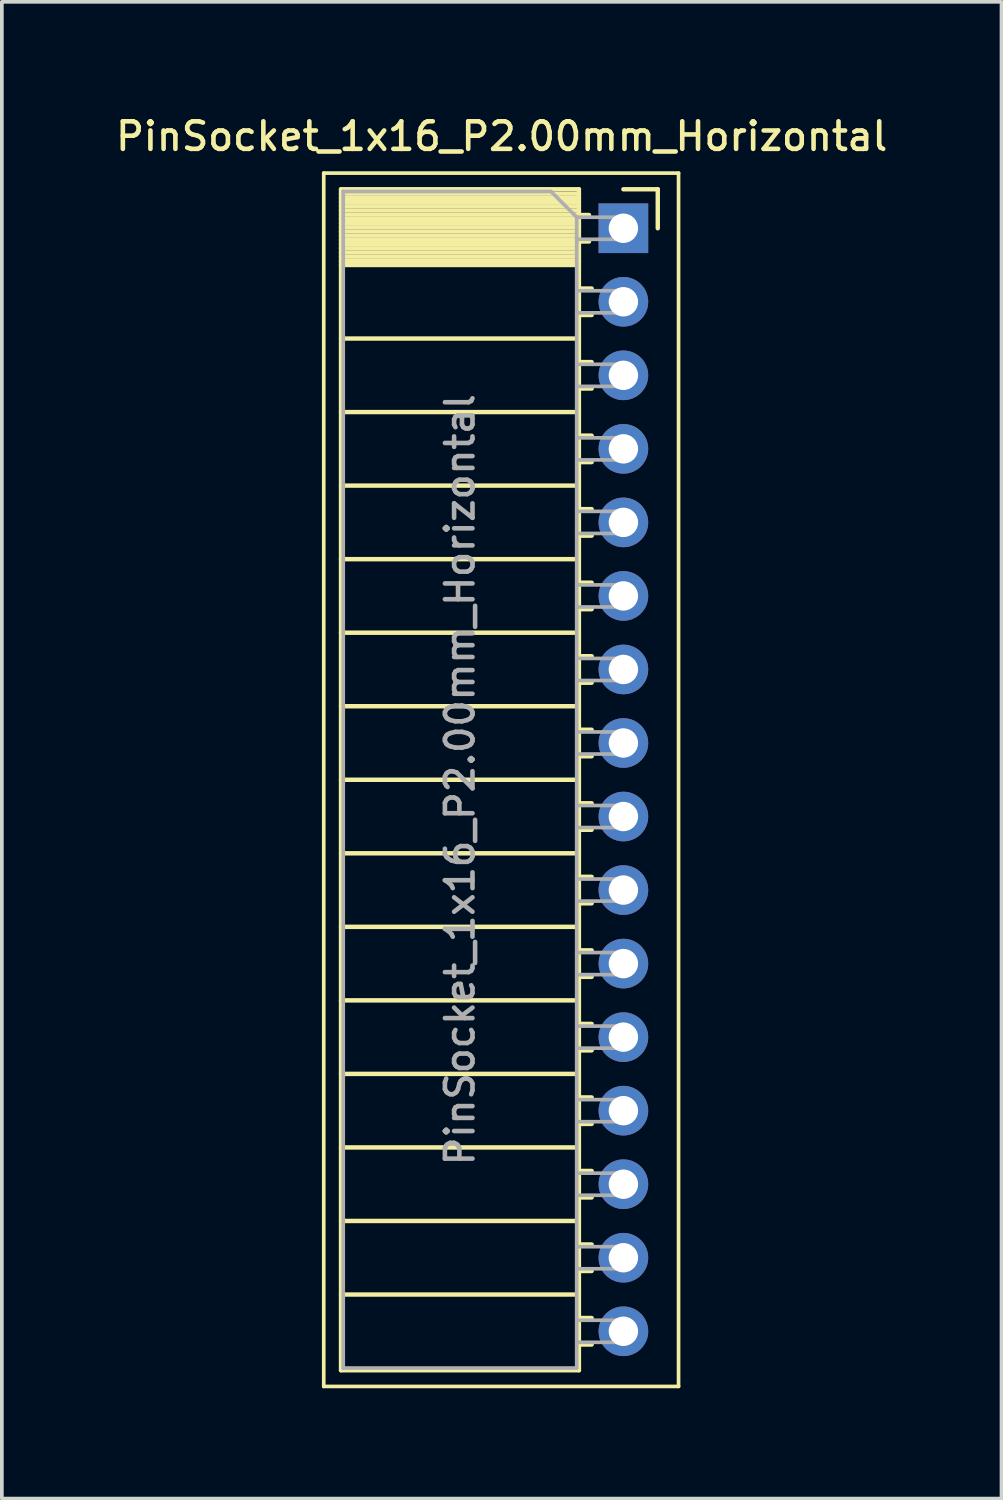
<source format=kicad_pcb>
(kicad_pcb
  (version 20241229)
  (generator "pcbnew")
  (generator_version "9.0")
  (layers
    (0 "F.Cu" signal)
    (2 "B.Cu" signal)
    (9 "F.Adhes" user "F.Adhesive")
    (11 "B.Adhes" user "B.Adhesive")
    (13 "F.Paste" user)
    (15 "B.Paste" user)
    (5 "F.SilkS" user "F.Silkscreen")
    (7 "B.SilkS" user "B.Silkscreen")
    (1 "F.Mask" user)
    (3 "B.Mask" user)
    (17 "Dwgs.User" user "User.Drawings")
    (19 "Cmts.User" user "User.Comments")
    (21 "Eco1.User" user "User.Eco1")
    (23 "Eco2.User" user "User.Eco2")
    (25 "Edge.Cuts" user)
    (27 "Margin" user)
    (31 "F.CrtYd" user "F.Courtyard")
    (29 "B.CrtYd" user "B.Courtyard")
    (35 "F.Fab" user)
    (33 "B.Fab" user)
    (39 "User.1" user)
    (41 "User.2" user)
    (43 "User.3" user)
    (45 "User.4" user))
  (footprint "PinSocket_1x16_P2.00mm_Horizontal"
    (layer "F.Cu")
    (at 13.905 3.158)
    (property "Reference" "PinSocket_1x16_P2.00mm_Horizontal" (at -3.31 -2.5 0) (layer "F.SilkS") (effects (font (size 0.75 0.75) (thickness 0.125))))
    (attr through_hole)
    (fp_line (start -8.15 -1.5) (end -8.15 31.5) (stroke (width 0.1) (type solid)) (layer "F.SilkS"))
    (fp_line (start -8.15 31.5) (end 1.5 31.5) (stroke (width 0.1) (type solid)) (layer "F.SilkS"))
    (fp_line (start -7.68 -1.06) (end -7.68 31.06) (stroke (width 0.12) (type solid)) (layer "F.SilkS"))
    (fp_line (start -7.68 -1.06) (end -1.21 -1.06) (stroke (width 0.12) (type solid)) (layer "F.SilkS"))
    (fp_line (start -7.68 -0.94) (end -1.21 -0.94) (stroke (width 0.12) (type solid)) (layer "F.SilkS"))
    (fp_line (start -7.68 -0.826) (end -1.21 -0.826) (stroke (width 0.12) (type solid)) (layer "F.SilkS"))
    (fp_line (start -7.68 -0.712) (end -1.21 -0.712) (stroke (width 0.12) (type solid)) (layer "F.SilkS"))
    (fp_line (start -7.68 -0.598) (end -1.21 -0.598) (stroke (width 0.12) (type solid)) (layer "F.SilkS"))
    (fp_line (start -7.68 -0.484) (end -1.21 -0.484) (stroke (width 0.12) (type solid)) (layer "F.SilkS"))
    (fp_line (start -7.68 -0.369) (end -1.21 -0.369) (stroke (width 0.12) (type solid)) (layer "F.SilkS"))
    (fp_line (start -7.68 -0.255) (end -1.21 -0.255) (stroke (width 0.12) (type solid)) (layer "F.SilkS"))
    (fp_line (start -7.68 -0.141) (end -1.21 -0.141) (stroke (width 0.12) (type solid)) (layer "F.SilkS"))
    (fp_line (start -7.68 -0.027) (end -1.21 -0.027) (stroke (width 0.12) (type solid)) (layer "F.SilkS"))
    (fp_line (start -7.68 0.087) (end -1.21 0.087) (stroke (width 0.12) (type solid)) (layer "F.SilkS"))
    (fp_line (start -7.68 0.201) (end -1.21 0.201) (stroke (width 0.12) (type solid)) (layer "F.SilkS"))
    (fp_line (start -7.68 0.315) (end -1.21 0.315) (stroke (width 0.12) (type solid)) (layer "F.SilkS"))
    (fp_line (start -7.68 0.429) (end -1.21 0.429) (stroke (width 0.12) (type solid)) (layer "F.SilkS"))
    (fp_line (start -7.68 0.544) (end -1.21 0.544) (stroke (width 0.12) (type solid)) (layer "F.SilkS"))
    (fp_line (start -7.68 0.658) (end -1.21 0.658) (stroke (width 0.12) (type solid)) (layer "F.SilkS"))
    (fp_line (start -7.68 0.772) (end -1.21 0.772) (stroke (width 0.12) (type solid)) (layer "F.SilkS"))
    (fp_line (start -7.68 0.886) (end -1.21 0.886) (stroke (width 0.12) (type solid)) (layer "F.SilkS"))
    (fp_line (start -7.68 1) (end -1.21 1) (stroke (width 0.12) (type solid)) (layer "F.SilkS"))
    (fp_line (start -7.68 3) (end -1.21 3) (stroke (width 0.12) (type solid)) (layer "F.SilkS"))
    (fp_line (start -7.68 5) (end -1.21 5) (stroke (width 0.12) (type solid)) (layer "F.SilkS"))
    (fp_line (start -7.68 7) (end -1.21 7) (stroke (width 0.12) (type solid)) (layer "F.SilkS"))
    (fp_line (start -7.68 9) (end -1.21 9) (stroke (width 0.12) (type solid)) (layer "F.SilkS"))
    (fp_line (start -7.68 11) (end -1.21 11) (stroke (width 0.12) (type solid)) (layer "F.SilkS"))
    (fp_line (start -7.68 13) (end -1.21 13) (stroke (width 0.12) (type solid)) (layer "F.SilkS"))
    (fp_line (start -7.68 15) (end -1.21 15) (stroke (width 0.12) (type solid)) (layer "F.SilkS"))
    (fp_line (start -7.68 17) (end -1.21 17) (stroke (width 0.12) (type solid)) (layer "F.SilkS"))
    (fp_line (start -7.68 19) (end -1.21 19) (stroke (width 0.12) (type solid)) (layer "F.SilkS"))
    (fp_line (start -7.68 21) (end -1.21 21) (stroke (width 0.12) (type solid)) (layer "F.SilkS"))
    (fp_line (start -7.68 23) (end -1.21 23) (stroke (width 0.12) (type solid)) (layer "F.SilkS"))
    (fp_line (start -7.68 25) (end -1.21 25) (stroke (width 0.12) (type solid)) (layer "F.SilkS"))
    (fp_line (start -7.68 27) (end -1.21 27) (stroke (width 0.12) (type solid)) (layer "F.SilkS"))
    (fp_line (start -7.68 29) (end -1.21 29) (stroke (width 0.12) (type solid)) (layer "F.SilkS"))
    (fp_line (start -7.68 31.06) (end -1.21 31.06) (stroke (width 0.12) (type solid)) (layer "F.SilkS"))
    (fp_line (start -1.21 -1.06) (end -1.21 31.06) (stroke (width 0.12) (type solid)) (layer "F.SilkS"))
    (fp_line (start -1.21 -0.36) (end -0.935 -0.36) (stroke (width 0.12) (type solid)) (layer "F.SilkS"))
    (fp_line (start -1.21 0.36) (end -0.935 0.36) (stroke (width 0.12) (type solid)) (layer "F.SilkS"))
    (fp_line (start -1.21 1.64) (end -0.863 1.64) (stroke (width 0.12) (type solid)) (layer "F.SilkS"))
    (fp_line (start -1.21 2.36) (end -0.863 2.36) (stroke (width 0.12) (type solid)) (layer "F.SilkS"))
    (fp_line (start -1.21 3.64) (end -0.863 3.64) (stroke (width 0.12) (type solid)) (layer "F.SilkS"))
    (fp_line (start -1.21 4.36) (end -0.863 4.36) (stroke (width 0.12) (type solid)) (layer "F.SilkS"))
    (fp_line (start -1.21 5.64) (end -0.863 5.64) (stroke (width 0.12) (type solid)) (layer "F.SilkS"))
    (fp_line (start -1.21 6.36) (end -0.863 6.36) (stroke (width 0.12) (type solid)) (layer "F.SilkS"))
    (fp_line (start -1.21 7.64) (end -0.863 7.64) (stroke (width 0.12) (type solid)) (layer "F.SilkS"))
    (fp_line (start -1.21 8.36) (end -0.863 8.36) (stroke (width 0.12) (type solid)) (layer "F.SilkS"))
    (fp_line (start -1.21 9.64) (end -0.863 9.64) (stroke (width 0.12) (type solid)) (layer "F.SilkS"))
    (fp_line (start -1.21 10.36) (end -0.863 10.36) (stroke (width 0.12) (type solid)) (layer "F.SilkS"))
    (fp_line (start -1.21 11.64) (end -0.863 11.64) (stroke (width 0.12) (type solid)) (layer "F.SilkS"))
    (fp_line (start -1.21 12.36) (end -0.863 12.36) (stroke (width 0.12) (type solid)) (layer "F.SilkS"))
    (fp_line (start -1.21 13.64) (end -0.863 13.64) (stroke (width 0.12) (type solid)) (layer "F.SilkS"))
    (fp_line (start -1.21 14.36) (end -0.863 14.36) (stroke (width 0.12) (type solid)) (layer "F.SilkS"))
    (fp_line (start -1.21 15.64) (end -0.863 15.64) (stroke (width 0.12) (type solid)) (layer "F.SilkS"))
    (fp_line (start -1.21 16.36) (end -0.863 16.36) (stroke (width 0.12) (type solid)) (layer "F.SilkS"))
    (fp_line (start -1.21 17.64) (end -0.863 17.64) (stroke (width 0.12) (type solid)) (layer "F.SilkS"))
    (fp_line (start -1.21 18.36) (end -0.863 18.36) (stroke (width 0.12) (type solid)) (layer "F.SilkS"))
    (fp_line (start -1.21 19.64) (end -0.863 19.64) (stroke (width 0.12) (type solid)) (layer "F.SilkS"))
    (fp_line (start -1.21 20.36) (end -0.863 20.36) (stroke (width 0.12) (type solid)) (layer "F.SilkS"))
    (fp_line (start -1.21 21.64) (end -0.863 21.64) (stroke (width 0.12) (type solid)) (layer "F.SilkS"))
    (fp_line (start -1.21 22.36) (end -0.863 22.36) (stroke (width 0.12) (type solid)) (layer "F.SilkS"))
    (fp_line (start -1.21 23.64) (end -0.863 23.64) (stroke (width 0.12) (type solid)) (layer "F.SilkS"))
    (fp_line (start -1.21 24.36) (end -0.863 24.36) (stroke (width 0.12) (type solid)) (layer "F.SilkS"))
    (fp_line (start -1.21 25.64) (end -0.863 25.64) (stroke (width 0.12) (type solid)) (layer "F.SilkS"))
    (fp_line (start -1.21 26.36) (end -0.863 26.36) (stroke (width 0.12) (type solid)) (layer "F.SilkS"))
    (fp_line (start -1.21 27.64) (end -0.863 27.64) (stroke (width 0.12) (type solid)) (layer "F.SilkS"))
    (fp_line (start -1.21 28.36) (end -0.863 28.36) (stroke (width 0.12) (type solid)) (layer "F.SilkS"))
    (fp_line (start -1.21 29.64) (end -0.863 29.64) (stroke (width 0.12) (type solid)) (layer "F.SilkS"))
    (fp_line (start -1.21 30.36) (end -0.863 30.36) (stroke (width 0.12) (type solid)) (layer "F.SilkS"))
    (fp_line (start 0 -1.06) (end 0.935 -1.06) (stroke (width 0.12) (type solid)) (layer "F.SilkS"))
    (fp_line (start 0.935 -1.06) (end 0.935 0) (stroke (width 0.12) (type solid)) (layer "F.SilkS"))
    (fp_line (start 1.5 -1.5) (end -8.15 -1.5) (stroke (width 0.1) (type solid)) (layer "F.SilkS"))
    (fp_line (start 1.5 31.5) (end 1.5 -1.5) (stroke (width 0.1) (type solid)) (layer "F.SilkS"))
    (fp_line (start -7.62 -1) (end -1.97 -1) (stroke (width 0.1) (type solid)) (layer "F.Fab"))
    (fp_line (start -7.62 31) (end -7.62 -1) (stroke (width 0.1) (type solid)) (layer "F.Fab"))
    (fp_line (start -1.97 -1) (end -1.27 -0.3) (stroke (width 0.1) (type solid)) (layer "F.Fab"))
    (fp_line (start -1.27 -0.3) (end -1.27 31) (stroke (width 0.1) (type solid)) (layer "F.Fab"))
    (fp_line (start -1.27 0.3) (end 0 0.3) (stroke (width 0.1) (type solid)) (layer "F.Fab"))
    (fp_line (start -1.27 2.3) (end 0 2.3) (stroke (width 0.1) (type solid)) (layer "F.Fab"))
    (fp_line (start -1.27 4.3) (end 0 4.3) (stroke (width 0.1) (type solid)) (layer "F.Fab"))
    (fp_line (start -1.27 6.3) (end 0 6.3) (stroke (width 0.1) (type solid)) (layer "F.Fab"))
    (fp_line (start -1.27 8.3) (end 0 8.3) (stroke (width 0.1) (type solid)) (layer "F.Fab"))
    (fp_line (start -1.27 10.3) (end 0 10.3) (stroke (width 0.1) (type solid)) (layer "F.Fab"))
    (fp_line (start -1.27 12.3) (end 0 12.3) (stroke (width 0.1) (type solid)) (layer "F.Fab"))
    (fp_line (start -1.27 14.3) (end 0 14.3) (stroke (width 0.1) (type solid)) (layer "F.Fab"))
    (fp_line (start -1.27 16.3) (end 0 16.3) (stroke (width 0.1) (type solid)) (layer "F.Fab"))
    (fp_line (start -1.27 18.3) (end 0 18.3) (stroke (width 0.1) (type solid)) (layer "F.Fab"))
    (fp_line (start -1.27 20.3) (end 0 20.3) (stroke (width 0.1) (type solid)) (layer "F.Fab"))
    (fp_line (start -1.27 22.3) (end 0 22.3) (stroke (width 0.1) (type solid)) (layer "F.Fab"))
    (fp_line (start -1.27 24.3) (end 0 24.3) (stroke (width 0.1) (type solid)) (layer "F.Fab"))
    (fp_line (start -1.27 26.3) (end 0 26.3) (stroke (width 0.1) (type solid)) (layer "F.Fab"))
    (fp_line (start -1.27 28.3) (end 0 28.3) (stroke (width 0.1) (type solid)) (layer "F.Fab"))
    (fp_line (start -1.27 30.3) (end 0 30.3) (stroke (width 0.1) (type solid)) (layer "F.Fab"))
    (fp_line (start -1.27 31) (end -7.62 31) (stroke (width 0.1) (type solid)) (layer "F.Fab"))
    (fp_line (start 0 -0.3) (end -1.27 -0.3) (stroke (width 0.1) (type solid)) (layer "F.Fab"))
    (fp_line (start 0 0.3) (end 0 -0.3) (stroke (width 0.1) (type solid)) (layer "F.Fab"))
    (fp_line (start 0 1.7) (end -1.27 1.7) (stroke (width 0.1) (type solid)) (layer "F.Fab"))
    (fp_line (start 0 2.3) (end 0 1.7) (stroke (width 0.1) (type solid)) (layer "F.Fab"))
    (fp_line (start 0 3.7) (end -1.27 3.7) (stroke (width 0.1) (type solid)) (layer "F.Fab"))
    (fp_line (start 0 4.3) (end 0 3.7) (stroke (width 0.1) (type solid)) (layer "F.Fab"))
    (fp_line (start 0 5.7) (end -1.27 5.7) (stroke (width 0.1) (type solid)) (layer "F.Fab"))
    (fp_line (start 0 6.3) (end 0 5.7) (stroke (width 0.1) (type solid)) (layer "F.Fab"))
    (fp_line (start 0 7.7) (end -1.27 7.7) (stroke (width 0.1) (type solid)) (layer "F.Fab"))
    (fp_line (start 0 8.3) (end 0 7.7) (stroke (width 0.1) (type solid)) (layer "F.Fab"))
    (fp_line (start 0 9.7) (end -1.27 9.7) (stroke (width 0.1) (type solid)) (layer "F.Fab"))
    (fp_line (start 0 10.3) (end 0 9.7) (stroke (width 0.1) (type solid)) (layer "F.Fab"))
    (fp_line (start 0 11.7) (end -1.27 11.7) (stroke (width 0.1) (type solid)) (layer "F.Fab"))
    (fp_line (start 0 12.3) (end 0 11.7) (stroke (width 0.1) (type solid)) (layer "F.Fab"))
    (fp_line (start 0 13.7) (end -1.27 13.7) (stroke (width 0.1) (type solid)) (layer "F.Fab"))
    (fp_line (start 0 14.3) (end 0 13.7) (stroke (width 0.1) (type solid)) (layer "F.Fab"))
    (fp_line (start 0 15.7) (end -1.27 15.7) (stroke (width 0.1) (type solid)) (layer "F.Fab"))
    (fp_line (start 0 16.3) (end 0 15.7) (stroke (width 0.1) (type solid)) (layer "F.Fab"))
    (fp_line (start 0 17.7) (end -1.27 17.7) (stroke (width 0.1) (type solid)) (layer "F.Fab"))
    (fp_line (start 0 18.3) (end 0 17.7) (stroke (width 0.1) (type solid)) (layer "F.Fab"))
    (fp_line (start 0 19.7) (end -1.27 19.7) (stroke (width 0.1) (type solid)) (layer "F.Fab"))
    (fp_line (start 0 20.3) (end 0 19.7) (stroke (width 0.1) (type solid)) (layer "F.Fab"))
    (fp_line (start 0 21.7) (end -1.27 21.7) (stroke (width 0.1) (type solid)) (layer "F.Fab"))
    (fp_line (start 0 22.3) (end 0 21.7) (stroke (width 0.1) (type solid)) (layer "F.Fab"))
    (fp_line (start 0 23.7) (end -1.27 23.7) (stroke (width 0.1) (type solid)) (layer "F.Fab"))
    (fp_line (start 0 24.3) (end 0 23.7) (stroke (width 0.1) (type solid)) (layer "F.Fab"))
    (fp_line (start 0 25.7) (end -1.27 25.7) (stroke (width 0.1) (type solid)) (layer "F.Fab"))
    (fp_line (start 0 26.3) (end 0 25.7) (stroke (width 0.1) (type solid)) (layer "F.Fab"))
    (fp_line (start 0 27.7) (end -1.27 27.7) (stroke (width 0.1) (type solid)) (layer "F.Fab"))
    (fp_line (start 0 28.3) (end 0 27.7) (stroke (width 0.1) (type solid)) (layer "F.Fab"))
    (fp_line (start 0 29.7) (end -1.27 29.7) (stroke (width 0.1) (type solid)) (layer "F.Fab"))
    (fp_line (start 0 30.3) (end 0 29.7) (stroke (width 0.1) (type solid)) (layer "F.Fab"))
    (fp_text user "${REFERENCE}" (at -4.445 15 90) (layer "F.Fab") (effects (font (size 0.75 0.75) (thickness 0.125))))
    (pad "1" thru_hole rect (at 0 0) (size 1.35 1.35) (drill 0.8) (layers "*.Cu" "*.Mask"))
    (pad "2" thru_hole oval (at 0 2) (size 1.35 1.35) (drill 0.8) (layers "*.Cu" "*.Mask"))
    (pad "3" thru_hole oval (at 0 4) (size 1.35 1.35) (drill 0.8) (layers "*.Cu" "*.Mask"))
    (pad "4" thru_hole oval (at 0 6) (size 1.35 1.35) (drill 0.8) (layers "*.Cu" "*.Mask"))
    (pad "5" thru_hole oval (at 0 8) (size 1.35 1.35) (drill 0.8) (layers "*.Cu" "*.Mask"))
    (pad "6" thru_hole oval (at 0 10) (size 1.35 1.35) (drill 0.8) (layers "*.Cu" "*.Mask"))
    (pad "7" thru_hole oval (at 0 12) (size 1.35 1.35) (drill 0.8) (layers "*.Cu" "*.Mask"))
    (pad "8" thru_hole oval (at 0 14) (size 1.35 1.35) (drill 0.8) (layers "*.Cu" "*.Mask"))
    (pad "9" thru_hole oval (at 0 16) (size 1.35 1.35) (drill 0.8) (layers "*.Cu" "*.Mask"))
    (pad "10" thru_hole oval (at 0 18) (size 1.35 1.35) (drill 0.8) (layers "*.Cu" "*.Mask"))
    (pad "11" thru_hole oval (at 0 20) (size 1.35 1.35) (drill 0.8) (layers "*.Cu" "*.Mask"))
    (pad "12" thru_hole oval (at 0 22) (size 1.35 1.35) (drill 0.8) (layers "*.Cu" "*.Mask"))
    (pad "13" thru_hole oval (at 0 24) (size 1.35 1.35) (drill 0.8) (layers "*.Cu" "*.Mask"))
    (pad "14" thru_hole oval (at 0 26) (size 1.35 1.35) (drill 0.8) (layers "*.Cu" "*.Mask"))
    (pad "15" thru_hole oval (at 0 28) (size 1.35 1.35) (drill 0.8) (layers "*.Cu" "*.Mask"))
    (pad "16" thru_hole oval (at 0 30) (size 1.35 1.35) (drill 0.8) (layers "*.Cu" "*.Mask")))
  (gr_rect
    (start -3 -3)
    (end 24.189 37.708)
    (stroke (width 0.1) (type default))
    (fill no)
    (layer "Edge.Cuts")))
</source>
